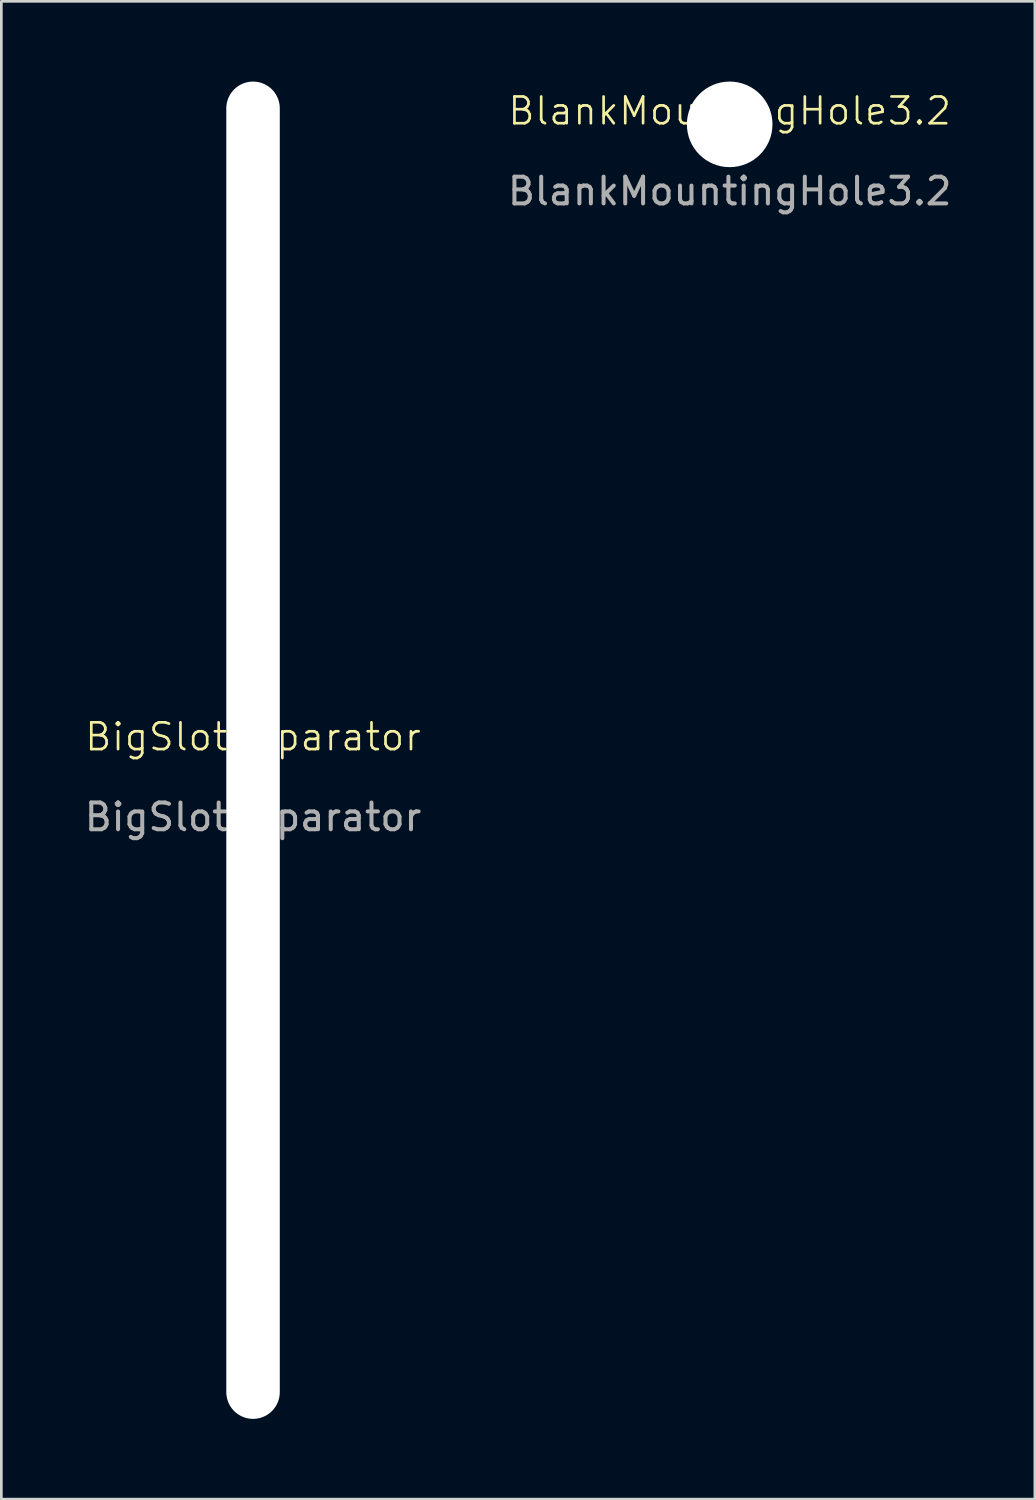
<source format=kicad_pcb>
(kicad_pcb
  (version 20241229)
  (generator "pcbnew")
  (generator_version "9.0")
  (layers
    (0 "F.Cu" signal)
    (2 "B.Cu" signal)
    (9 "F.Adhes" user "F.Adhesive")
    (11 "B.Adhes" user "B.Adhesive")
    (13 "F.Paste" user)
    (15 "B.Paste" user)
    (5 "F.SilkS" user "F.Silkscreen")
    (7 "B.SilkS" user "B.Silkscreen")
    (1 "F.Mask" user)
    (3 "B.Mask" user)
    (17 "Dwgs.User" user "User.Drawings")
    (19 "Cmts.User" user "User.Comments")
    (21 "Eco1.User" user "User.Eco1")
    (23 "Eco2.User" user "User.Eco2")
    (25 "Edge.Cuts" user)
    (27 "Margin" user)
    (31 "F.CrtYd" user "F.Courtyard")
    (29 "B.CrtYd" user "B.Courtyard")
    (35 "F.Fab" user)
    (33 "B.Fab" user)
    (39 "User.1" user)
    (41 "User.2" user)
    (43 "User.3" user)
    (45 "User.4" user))
  (footprint "BigSlotSeparator"
    (layer "F.Cu")
    (at 6.411 25)
    (property "Reference" "BigSlotSeparator" (at 0 -0.5 0) (unlocked yes) (layer "F.SilkS") (effects (font (size 1 1) (thickness 0.1))))
    (attr smd)
    (fp_text user "${REFERENCE}" (at 0 2.5 0) (unlocked yes) (layer "F.Fab") (effects (font (size 1 1) (thickness 0.15))))
    (pad "" np_thru_hole oval (at 0 0) (size 2 50) (drill oval 2 50) (layers "*.Cu" "*.Mask")))
  (footprint "BlankMountingHole3.2"
    (layer "F.Cu")
    (at 24.232 1.6)
    (property "Reference" "BlankMountingHole3.2" (at 0 -0.5 0) (unlocked yes) (layer "F.SilkS") (effects (font (size 1 1) (thickness 0.1))))
    (attr smd)
    (fp_text user "${REFERENCE}" (at 0 2.5 0) (unlocked yes) (layer "F.Fab") (effects (font (size 1 1) (thickness 0.15))))
    (pad "" np_thru_hole circle (at 0 0) (size 3.2 3.2) (drill 3.2) (layers "*.Cu" "*.Mask")))
  (gr_rect
    (start -3 -3)
    (end 35.643 53)
    (stroke (width 0.1) (type default))
    (fill no)
    (layer "Edge.Cuts")))
</source>
